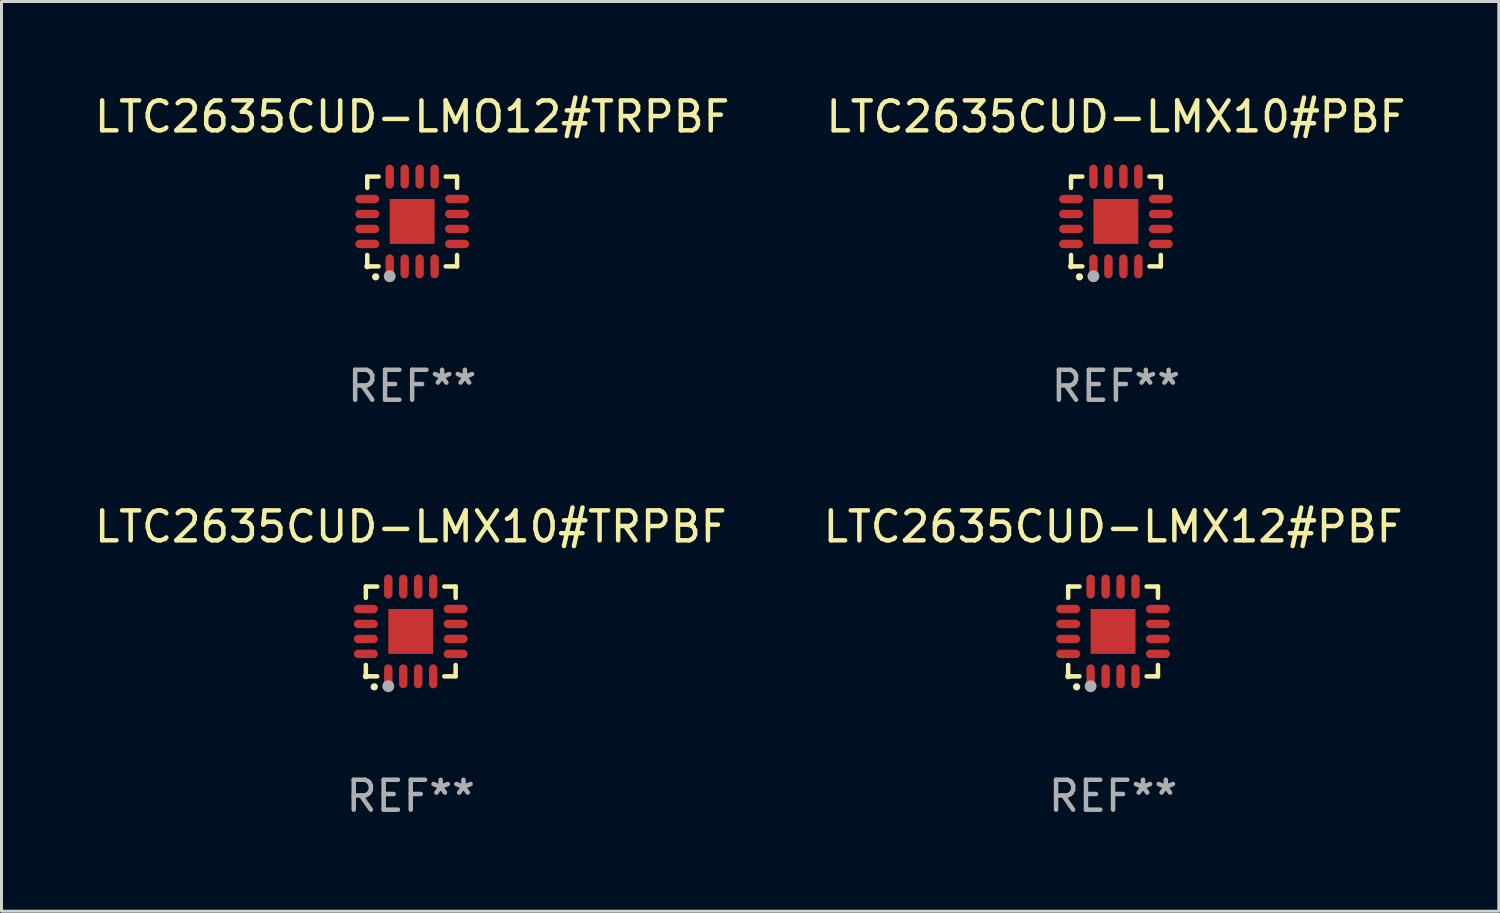
<source format=kicad_pcb>
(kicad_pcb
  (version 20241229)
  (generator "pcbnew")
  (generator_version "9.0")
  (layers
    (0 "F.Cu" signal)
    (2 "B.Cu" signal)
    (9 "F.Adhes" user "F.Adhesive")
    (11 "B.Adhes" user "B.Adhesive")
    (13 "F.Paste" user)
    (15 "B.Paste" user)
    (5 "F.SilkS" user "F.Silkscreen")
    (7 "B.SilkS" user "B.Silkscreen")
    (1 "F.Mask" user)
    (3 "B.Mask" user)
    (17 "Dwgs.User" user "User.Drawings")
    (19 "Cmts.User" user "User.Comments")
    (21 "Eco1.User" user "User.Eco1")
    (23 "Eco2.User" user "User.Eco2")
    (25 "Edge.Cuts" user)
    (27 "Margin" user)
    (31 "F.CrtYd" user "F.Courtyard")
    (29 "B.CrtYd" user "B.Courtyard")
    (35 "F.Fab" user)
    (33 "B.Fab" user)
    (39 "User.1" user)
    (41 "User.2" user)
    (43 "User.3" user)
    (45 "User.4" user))
  (footprint "LTC2635CUD-LMX12#PBF"
    (layer "F.Cu")
    (at 34.137 18.046)
    (property "Reference" "LTC2635CUD-LMX12#PBF" (at 0 -3.5 0) (layer "F.SilkS") (effects (font (size 1 1) (thickness 0.15))))
    (attr through_hole)
    (fp_line (start -1.5 -1.5) (end -1.121 -1.5) (stroke (width 0.15) (type solid)) (layer "F.SilkS"))
    (fp_line (start -1.5 -1.122) (end -1.5 -1.5) (stroke (width 0.15) (type solid)) (layer "F.SilkS"))
    (fp_line (start -1.5 1.5) (end -1.5 1.121) (stroke (width 0.15) (type solid)) (layer "F.SilkS"))
    (fp_line (start -1.121 1.5) (end -1.5 1.5) (stroke (width 0.15) (type solid)) (layer "F.SilkS"))
    (fp_line (start 1.121 -1.5) (end 1.5 -1.5) (stroke (width 0.15) (type solid)) (layer "F.SilkS"))
    (fp_line (start 1.5 -1.5) (end 1.5 -1.122) (stroke (width 0.15) (type solid)) (layer "F.SilkS"))
    (fp_line (start 1.5 1.121) (end 1.5 1.5) (stroke (width 0.15) (type solid)) (layer "F.SilkS"))
    (fp_line (start 1.5 1.5) (end 1.121 1.5) (stroke (width 0.15) (type solid)) (layer "F.SilkS"))
    (fp_arc (start -1.219926 1.850254) (mid -1.21891 1.85025) (end -1.217894 1.850254) (stroke (width 0.240005) (type solid)) (layer "F.SilkS"))
    (fp_circle (center -1.5 1.5) (end -1.45 1.5) (stroke (width 0.1) (type solid)) (fill no) (layer "F.SilkS"))
    (fp_circle (center -0.75 1.83) (end -0.65 1.83) (stroke (width 0.2) (type solid)) (fill no) (layer "F.Fab"))
    (fp_text user "REF**" (at 0 5.5 0) (layer "F.Fab") (effects (font (size 1 1) (thickness 0.15))))
    (pad "1" smd oval (at -0.75 1.5) (size 0.28 0.8) (layers "F.Cu" "F.Mask" "F.Paste"))
    (pad "2" smd oval (at -0.25 1.5) (size 0.28 0.8) (layers "F.Cu" "F.Mask" "F.Paste"))
    (pad "3" smd oval (at 0.25 1.5) (size 0.28 0.8) (layers "F.Cu" "F.Mask" "F.Paste"))
    (pad "4" smd oval (at 0.75 1.5) (size 0.28 0.8) (layers "F.Cu" "F.Mask" "F.Paste"))
    (pad "5" smd oval (at 1.5 0.75) (size 0.8 0.28) (layers "F.Cu" "F.Mask" "F.Paste"))
    (pad "6" smd oval (at 1.5 0.25) (size 0.8 0.28) (layers "F.Cu" "F.Mask" "F.Paste"))
    (pad "7" smd oval (at 1.5 -0.25) (size 0.8 0.28) (layers "F.Cu" "F.Mask" "F.Paste"))
    (pad "8" smd oval (at 1.5 -0.75) (size 0.8 0.28) (layers "F.Cu" "F.Mask" "F.Paste"))
    (pad "9" smd oval (at 0.75 -1.5) (size 0.28 0.8) (layers "F.Cu" "F.Mask" "F.Paste"))
    (pad "10" smd oval (at 0.25 -1.5) (size 0.28 0.8) (layers "F.Cu" "F.Mask" "F.Paste"))
    (pad "11" smd oval (at -0.25 -1.5) (size 0.28 0.8) (layers "F.Cu" "F.Mask" "F.Paste"))
    (pad "12" smd oval (at -0.75 -1.5) (size 0.28 0.8) (layers "F.Cu" "F.Mask" "F.Paste"))
    (pad "13" smd oval (at -1.5 -0.75) (size 0.8 0.28) (layers "F.Cu" "F.Mask" "F.Paste"))
    (pad "14" smd oval (at -1.5 -0.25) (size 0.8 0.28) (layers "F.Cu" "F.Mask" "F.Paste"))
    (pad "15" smd oval (at -1.5 0.25) (size 0.8 0.28) (layers "F.Cu" "F.Mask" "F.Paste"))
    (pad "16" smd oval (at -1.5 0.75) (size 0.8 0.28) (layers "F.Cu" "F.Mask" "F.Paste"))
    (pad "17" smd rect (at -0.000064 0.000165) (size 1.5 1.5) (layers "F.Cu" "F.Mask" "F.Paste")))
  (footprint "LTC2635CUD-LMX10#PBF"
    (layer "F.Cu")
    (at 34.232 4.349)
    (property "Reference" "LTC2635CUD-LMX10#PBF" (at 0 -3.5 0) (layer "F.SilkS") (effects (font (size 1 1) (thickness 0.15))))
    (attr through_hole)
    (fp_line (start -1.5 -1.5) (end -1.121 -1.5) (stroke (width 0.15) (type solid)) (layer "F.SilkS"))
    (fp_line (start -1.5 -1.122) (end -1.5 -1.5) (stroke (width 0.15) (type solid)) (layer "F.SilkS"))
    (fp_line (start -1.5 1.5) (end -1.5 1.121) (stroke (width 0.15) (type solid)) (layer "F.SilkS"))
    (fp_line (start -1.121 1.5) (end -1.5 1.5) (stroke (width 0.15) (type solid)) (layer "F.SilkS"))
    (fp_line (start 1.121 -1.5) (end 1.5 -1.5) (stroke (width 0.15) (type solid)) (layer "F.SilkS"))
    (fp_line (start 1.5 -1.5) (end 1.5 -1.122) (stroke (width 0.15) (type solid)) (layer "F.SilkS"))
    (fp_line (start 1.5 1.121) (end 1.5 1.5) (stroke (width 0.15) (type solid)) (layer "F.SilkS"))
    (fp_line (start 1.5 1.5) (end 1.121 1.5) (stroke (width 0.15) (type solid)) (layer "F.SilkS"))
    (fp_arc (start -1.219926 1.850254) (mid -1.21891 1.85025) (end -1.217894 1.850254) (stroke (width 0.240005) (type solid)) (layer "F.SilkS"))
    (fp_circle (center -1.5 1.5) (end -1.45 1.5) (stroke (width 0.1) (type solid)) (fill no) (layer "F.SilkS"))
    (fp_circle (center -0.75 1.83) (end -0.65 1.83) (stroke (width 0.2) (type solid)) (fill no) (layer "F.Fab"))
    (fp_text user "REF**" (at 0 5.5 0) (layer "F.Fab") (effects (font (size 1 1) (thickness 0.15))))
    (pad "1" smd oval (at -0.75 1.5) (size 0.28 0.8) (layers "F.Cu" "F.Mask" "F.Paste"))
    (pad "2" smd oval (at -0.25 1.5) (size 0.28 0.8) (layers "F.Cu" "F.Mask" "F.Paste"))
    (pad "3" smd oval (at 0.25 1.5) (size 0.28 0.8) (layers "F.Cu" "F.Mask" "F.Paste"))
    (pad "4" smd oval (at 0.75 1.5) (size 0.28 0.8) (layers "F.Cu" "F.Mask" "F.Paste"))
    (pad "5" smd oval (at 1.5 0.75) (size 0.8 0.28) (layers "F.Cu" "F.Mask" "F.Paste"))
    (pad "6" smd oval (at 1.5 0.25) (size 0.8 0.28) (layers "F.Cu" "F.Mask" "F.Paste"))
    (pad "7" smd oval (at 1.5 -0.25) (size 0.8 0.28) (layers "F.Cu" "F.Mask" "F.Paste"))
    (pad "8" smd oval (at 1.5 -0.75) (size 0.8 0.28) (layers "F.Cu" "F.Mask" "F.Paste"))
    (pad "9" smd oval (at 0.75 -1.5) (size 0.28 0.8) (layers "F.Cu" "F.Mask" "F.Paste"))
    (pad "10" smd oval (at 0.25 -1.5) (size 0.28 0.8) (layers "F.Cu" "F.Mask" "F.Paste"))
    (pad "11" smd oval (at -0.25 -1.5) (size 0.28 0.8) (layers "F.Cu" "F.Mask" "F.Paste"))
    (pad "12" smd oval (at -0.75 -1.5) (size 0.28 0.8) (layers "F.Cu" "F.Mask" "F.Paste"))
    (pad "13" smd oval (at -1.5 -0.75) (size 0.8 0.28) (layers "F.Cu" "F.Mask" "F.Paste"))
    (pad "14" smd oval (at -1.5 -0.25) (size 0.8 0.28) (layers "F.Cu" "F.Mask" "F.Paste"))
    (pad "15" smd oval (at -1.5 0.25) (size 0.8 0.28) (layers "F.Cu" "F.Mask" "F.Paste"))
    (pad "16" smd oval (at -1.5 0.75) (size 0.8 0.28) (layers "F.Cu" "F.Mask" "F.Paste"))
    (pad "17" smd rect (at -0.000064 0.000165) (size 1.5 1.5) (layers "F.Cu" "F.Mask" "F.Paste")))
  (footprint "LTC2635CUD-LMX10#TRPBF"
    (layer "F.Cu")
    (at 10.673 18.046)
    (property "Reference" "LTC2635CUD-LMX10#TRPBF" (at 0 -3.5 0) (layer "F.SilkS") (effects (font (size 1 1) (thickness 0.15))))
    (attr through_hole)
    (fp_line (start -1.5 -1.5) (end -1.121 -1.5) (stroke (width 0.15) (type solid)) (layer "F.SilkS"))
    (fp_line (start -1.5 -1.122) (end -1.5 -1.5) (stroke (width 0.15) (type solid)) (layer "F.SilkS"))
    (fp_line (start -1.5 1.5) (end -1.5 1.121) (stroke (width 0.15) (type solid)) (layer "F.SilkS"))
    (fp_line (start -1.121 1.5) (end -1.5 1.5) (stroke (width 0.15) (type solid)) (layer "F.SilkS"))
    (fp_line (start 1.121 -1.5) (end 1.5 -1.5) (stroke (width 0.15) (type solid)) (layer "F.SilkS"))
    (fp_line (start 1.5 -1.5) (end 1.5 -1.122) (stroke (width 0.15) (type solid)) (layer "F.SilkS"))
    (fp_line (start 1.5 1.121) (end 1.5 1.5) (stroke (width 0.15) (type solid)) (layer "F.SilkS"))
    (fp_line (start 1.5 1.5) (end 1.121 1.5) (stroke (width 0.15) (type solid)) (layer "F.SilkS"))
    (fp_arc (start -1.219926 1.850254) (mid -1.21891 1.85025) (end -1.217894 1.850254) (stroke (width 0.240005) (type solid)) (layer "F.SilkS"))
    (fp_circle (center -1.5 1.5) (end -1.45 1.5) (stroke (width 0.1) (type solid)) (fill no) (layer "F.SilkS"))
    (fp_circle (center -0.75 1.83) (end -0.65 1.83) (stroke (width 0.2) (type solid)) (fill no) (layer "F.Fab"))
    (fp_text user "REF**" (at 0 5.5 0) (layer "F.Fab") (effects (font (size 1 1) (thickness 0.15))))
    (pad "1" smd oval (at -0.75 1.5) (size 0.28 0.8) (layers "F.Cu" "F.Mask" "F.Paste"))
    (pad "2" smd oval (at -0.25 1.5) (size 0.28 0.8) (layers "F.Cu" "F.Mask" "F.Paste"))
    (pad "3" smd oval (at 0.25 1.5) (size 0.28 0.8) (layers "F.Cu" "F.Mask" "F.Paste"))
    (pad "4" smd oval (at 0.75 1.5) (size 0.28 0.8) (layers "F.Cu" "F.Mask" "F.Paste"))
    (pad "5" smd oval (at 1.5 0.75) (size 0.8 0.28) (layers "F.Cu" "F.Mask" "F.Paste"))
    (pad "6" smd oval (at 1.5 0.25) (size 0.8 0.28) (layers "F.Cu" "F.Mask" "F.Paste"))
    (pad "7" smd oval (at 1.5 -0.25) (size 0.8 0.28) (layers "F.Cu" "F.Mask" "F.Paste"))
    (pad "8" smd oval (at 1.5 -0.75) (size 0.8 0.28) (layers "F.Cu" "F.Mask" "F.Paste"))
    (pad "9" smd oval (at 0.75 -1.5) (size 0.28 0.8) (layers "F.Cu" "F.Mask" "F.Paste"))
    (pad "10" smd oval (at 0.25 -1.5) (size 0.28 0.8) (layers "F.Cu" "F.Mask" "F.Paste"))
    (pad "11" smd oval (at -0.25 -1.5) (size 0.28 0.8) (layers "F.Cu" "F.Mask" "F.Paste"))
    (pad "12" smd oval (at -0.75 -1.5) (size 0.28 0.8) (layers "F.Cu" "F.Mask" "F.Paste"))
    (pad "13" smd oval (at -1.5 -0.75) (size 0.8 0.28) (layers "F.Cu" "F.Mask" "F.Paste"))
    (pad "14" smd oval (at -1.5 -0.25) (size 0.8 0.28) (layers "F.Cu" "F.Mask" "F.Paste"))
    (pad "15" smd oval (at -1.5 0.25) (size 0.8 0.28) (layers "F.Cu" "F.Mask" "F.Paste"))
    (pad "16" smd oval (at -1.5 0.75) (size 0.8 0.28) (layers "F.Cu" "F.Mask" "F.Paste"))
    (pad "17" smd rect (at -0.000064 0.000165) (size 1.5 1.5) (layers "F.Cu" "F.Mask" "F.Paste")))
  (footprint "LTC2635CUD-LMO12#TRPBF"
    (layer "F.Cu")
    (at 10.72 4.349)
    (property "Reference" "LTC2635CUD-LMO12#TRPBF" (at 0 -3.5 0) (layer "F.SilkS") (effects (font (size 1 1) (thickness 0.15))))
    (attr through_hole)
    (fp_line (start -1.5 -1.5) (end -1.121 -1.5) (stroke (width 0.15) (type solid)) (layer "F.SilkS"))
    (fp_line (start -1.5 -1.122) (end -1.5 -1.5) (stroke (width 0.15) (type solid)) (layer "F.SilkS"))
    (fp_line (start -1.5 1.5) (end -1.5 1.121) (stroke (width 0.15) (type solid)) (layer "F.SilkS"))
    (fp_line (start -1.121 1.5) (end -1.5 1.5) (stroke (width 0.15) (type solid)) (layer "F.SilkS"))
    (fp_line (start 1.121 -1.5) (end 1.5 -1.5) (stroke (width 0.15) (type solid)) (layer "F.SilkS"))
    (fp_line (start 1.5 -1.5) (end 1.5 -1.122) (stroke (width 0.15) (type solid)) (layer "F.SilkS"))
    (fp_line (start 1.5 1.121) (end 1.5 1.5) (stroke (width 0.15) (type solid)) (layer "F.SilkS"))
    (fp_line (start 1.5 1.5) (end 1.121 1.5) (stroke (width 0.15) (type solid)) (layer "F.SilkS"))
    (fp_arc (start -1.219926 1.850254) (mid -1.21891 1.85025) (end -1.217894 1.850254) (stroke (width 0.240005) (type solid)) (layer "F.SilkS"))
    (fp_circle (center -1.5 1.5) (end -1.45 1.5) (stroke (width 0.1) (type solid)) (fill no) (layer "F.SilkS"))
    (fp_circle (center -0.75 1.83) (end -0.65 1.83) (stroke (width 0.2) (type solid)) (fill no) (layer "F.Fab"))
    (fp_text user "REF**" (at 0 5.5 0) (layer "F.Fab") (effects (font (size 1 1) (thickness 0.15))))
    (pad "1" smd oval (at -0.75 1.5) (size 0.28 0.8) (layers "F.Cu" "F.Mask" "F.Paste"))
    (pad "2" smd oval (at -0.25 1.5) (size 0.28 0.8) (layers "F.Cu" "F.Mask" "F.Paste"))
    (pad "3" smd oval (at 0.25 1.5) (size 0.28 0.8) (layers "F.Cu" "F.Mask" "F.Paste"))
    (pad "4" smd oval (at 0.75 1.5) (size 0.28 0.8) (layers "F.Cu" "F.Mask" "F.Paste"))
    (pad "5" smd oval (at 1.5 0.75) (size 0.8 0.28) (layers "F.Cu" "F.Mask" "F.Paste"))
    (pad "6" smd oval (at 1.5 0.25) (size 0.8 0.28) (layers "F.Cu" "F.Mask" "F.Paste"))
    (pad "7" smd oval (at 1.5 -0.25) (size 0.8 0.28) (layers "F.Cu" "F.Mask" "F.Paste"))
    (pad "8" smd oval (at 1.5 -0.75) (size 0.8 0.28) (layers "F.Cu" "F.Mask" "F.Paste"))
    (pad "9" smd oval (at 0.75 -1.5) (size 0.28 0.8) (layers "F.Cu" "F.Mask" "F.Paste"))
    (pad "10" smd oval (at 0.25 -1.5) (size 0.28 0.8) (layers "F.Cu" "F.Mask" "F.Paste"))
    (pad "11" smd oval (at -0.25 -1.5) (size 0.28 0.8) (layers "F.Cu" "F.Mask" "F.Paste"))
    (pad "12" smd oval (at -0.75 -1.5) (size 0.28 0.8) (layers "F.Cu" "F.Mask" "F.Paste"))
    (pad "13" smd oval (at -1.5 -0.75) (size 0.8 0.28) (layers "F.Cu" "F.Mask" "F.Paste"))
    (pad "14" smd oval (at -1.5 -0.25) (size 0.8 0.28) (layers "F.Cu" "F.Mask" "F.Paste"))
    (pad "15" smd oval (at -1.5 0.25) (size 0.8 0.28) (layers "F.Cu" "F.Mask" "F.Paste"))
    (pad "16" smd oval (at -1.5 0.75) (size 0.8 0.28) (layers "F.Cu" "F.Mask" "F.Paste"))
    (pad "17" smd rect (at -0.000064 0.000165) (size 1.5 1.5) (layers "F.Cu" "F.Mask" "F.Paste")))
  (gr_rect
    (start -3 -3)
    (end 47.024 27.394)
    (stroke (width 0.1) (type default))
    (fill no)
    (layer "Edge.Cuts")))
</source>
